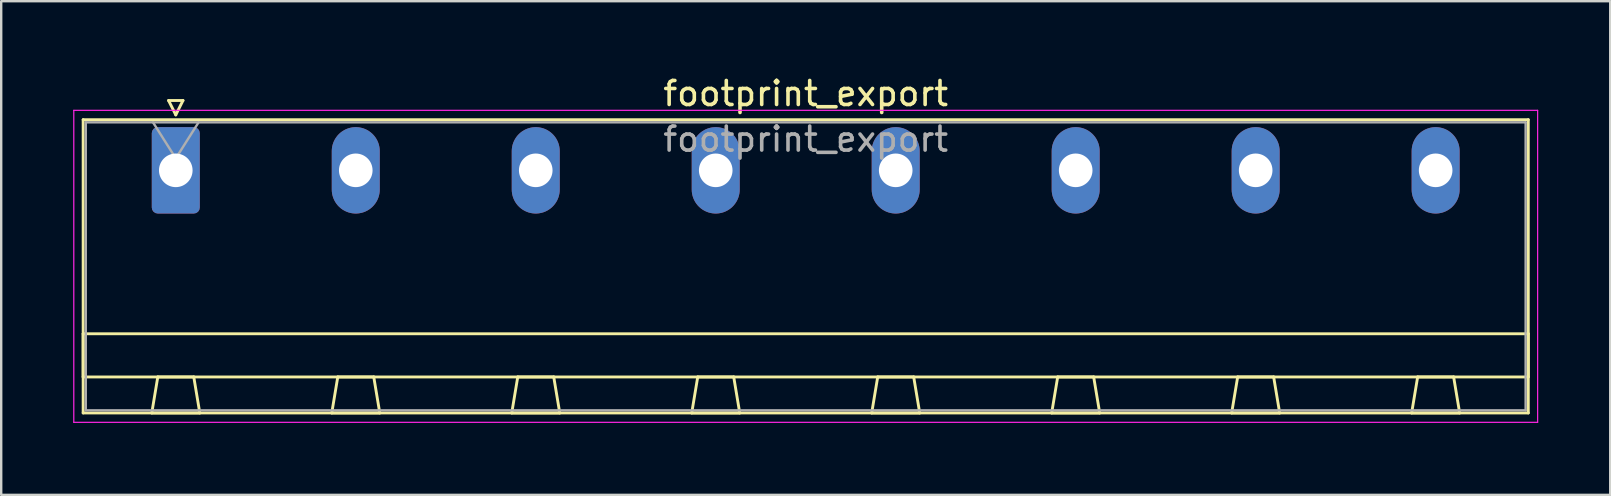
<source format=kicad_pcb>
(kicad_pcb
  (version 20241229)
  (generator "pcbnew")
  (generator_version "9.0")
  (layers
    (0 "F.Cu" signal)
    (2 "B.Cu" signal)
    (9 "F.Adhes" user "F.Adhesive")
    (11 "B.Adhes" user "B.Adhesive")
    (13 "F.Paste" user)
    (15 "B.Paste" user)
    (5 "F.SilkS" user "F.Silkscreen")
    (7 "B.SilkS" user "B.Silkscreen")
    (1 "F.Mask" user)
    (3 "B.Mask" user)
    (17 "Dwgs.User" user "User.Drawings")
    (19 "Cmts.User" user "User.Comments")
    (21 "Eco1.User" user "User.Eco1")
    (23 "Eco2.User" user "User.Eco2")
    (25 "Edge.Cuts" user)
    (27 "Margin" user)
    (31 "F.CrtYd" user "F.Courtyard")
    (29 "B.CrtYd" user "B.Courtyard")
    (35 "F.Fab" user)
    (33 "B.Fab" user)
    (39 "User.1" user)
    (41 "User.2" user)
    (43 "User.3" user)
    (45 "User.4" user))
  (footprint "footprint_export"
    (layer "F.Cu")
    (at 4.275 4.048)
    (property "Reference" "footprint_export" (at 26.25 -3.2 0) (layer "F.SilkS") (effects (font (size 1 1) (thickness 0.15))))
    (attr through_hole)
    (fp_line (start -3.86 -2.11) (end -3.86 10.11) (stroke (width 0.12) (type solid)) (layer "F.SilkS"))
    (fp_line (start -3.86 6.81) (end 56.36 6.81) (stroke (width 0.12) (type solid)) (layer "F.SilkS"))
    (fp_line (start -3.86 8.61) (end -3.86 6.81) (stroke (width 0.12) (type solid)) (layer "F.SilkS"))
    (fp_line (start -3.86 10.11) (end 56.36 10.11) (stroke (width 0.12) (type solid)) (layer "F.SilkS"))
    (fp_line (start -1 10.11) (end 1 10.11) (stroke (width 0.12) (type solid)) (layer "F.SilkS"))
    (fp_line (start -0.75 8.61) (end -1 10.11) (stroke (width 0.12) (type solid)) (layer "F.SilkS"))
    (fp_line (start -0.3 -2.91) (end 0.3 -2.91) (stroke (width 0.12) (type solid)) (layer "F.SilkS"))
    (fp_line (start 0 -2.31) (end -0.3 -2.91) (stroke (width 0.12) (type solid)) (layer "F.SilkS"))
    (fp_line (start 0.3 -2.91) (end 0 -2.31) (stroke (width 0.12) (type solid)) (layer "F.SilkS"))
    (fp_line (start 0.75 8.61) (end -0.75 8.61) (stroke (width 0.12) (type solid)) (layer "F.SilkS"))
    (fp_line (start 1 10.11) (end 0.75 8.61) (stroke (width 0.12) (type solid)) (layer "F.SilkS"))
    (fp_line (start 6.5 10.11) (end 8.5 10.11) (stroke (width 0.12) (type solid)) (layer "F.SilkS"))
    (fp_line (start 6.75 8.61) (end 6.5 10.11) (stroke (width 0.12) (type solid)) (layer "F.SilkS"))
    (fp_line (start 8.25 8.61) (end 6.75 8.61) (stroke (width 0.12) (type solid)) (layer "F.SilkS"))
    (fp_line (start 8.5 10.11) (end 8.25 8.61) (stroke (width 0.12) (type solid)) (layer "F.SilkS"))
    (fp_line (start 14 10.11) (end 16 10.11) (stroke (width 0.12) (type solid)) (layer "F.SilkS"))
    (fp_line (start 14.25 8.61) (end 14 10.11) (stroke (width 0.12) (type solid)) (layer "F.SilkS"))
    (fp_line (start 15.75 8.61) (end 14.25 8.61) (stroke (width 0.12) (type solid)) (layer "F.SilkS"))
    (fp_line (start 16 10.11) (end 15.75 8.61) (stroke (width 0.12) (type solid)) (layer "F.SilkS"))
    (fp_line (start 21.5 10.11) (end 23.5 10.11) (stroke (width 0.12) (type solid)) (layer "F.SilkS"))
    (fp_line (start 21.75 8.61) (end 21.5 10.11) (stroke (width 0.12) (type solid)) (layer "F.SilkS"))
    (fp_line (start 23.25 8.61) (end 21.75 8.61) (stroke (width 0.12) (type solid)) (layer "F.SilkS"))
    (fp_line (start 23.5 10.11) (end 23.25 8.61) (stroke (width 0.12) (type solid)) (layer "F.SilkS"))
    (fp_line (start 29 10.11) (end 31 10.11) (stroke (width 0.12) (type solid)) (layer "F.SilkS"))
    (fp_line (start 29.25 8.61) (end 29 10.11) (stroke (width 0.12) (type solid)) (layer "F.SilkS"))
    (fp_line (start 30.75 8.61) (end 29.25 8.61) (stroke (width 0.12) (type solid)) (layer "F.SilkS"))
    (fp_line (start 31 10.11) (end 30.75 8.61) (stroke (width 0.12) (type solid)) (layer "F.SilkS"))
    (fp_line (start 36.5 10.11) (end 38.5 10.11) (stroke (width 0.12) (type solid)) (layer "F.SilkS"))
    (fp_line (start 36.75 8.61) (end 36.5 10.11) (stroke (width 0.12) (type solid)) (layer "F.SilkS"))
    (fp_line (start 38.25 8.61) (end 36.75 8.61) (stroke (width 0.12) (type solid)) (layer "F.SilkS"))
    (fp_line (start 38.5 10.11) (end 38.25 8.61) (stroke (width 0.12) (type solid)) (layer "F.SilkS"))
    (fp_line (start 44 10.11) (end 46 10.11) (stroke (width 0.12) (type solid)) (layer "F.SilkS"))
    (fp_line (start 44.25 8.61) (end 44 10.11) (stroke (width 0.12) (type solid)) (layer "F.SilkS"))
    (fp_line (start 45.75 8.61) (end 44.25 8.61) (stroke (width 0.12) (type solid)) (layer "F.SilkS"))
    (fp_line (start 46 10.11) (end 45.75 8.61) (stroke (width 0.12) (type solid)) (layer "F.SilkS"))
    (fp_line (start 51.5 10.11) (end 53.5 10.11) (stroke (width 0.12) (type solid)) (layer "F.SilkS"))
    (fp_line (start 51.75 8.61) (end 51.5 10.11) (stroke (width 0.12) (type solid)) (layer "F.SilkS"))
    (fp_line (start 53.25 8.61) (end 51.75 8.61) (stroke (width 0.12) (type solid)) (layer "F.SilkS"))
    (fp_line (start 53.5 10.11) (end 53.25 8.61) (stroke (width 0.12) (type solid)) (layer "F.SilkS"))
    (fp_line (start 56.36 -2.11) (end -3.86 -2.11) (stroke (width 0.12) (type solid)) (layer "F.SilkS"))
    (fp_line (start 56.36 6.81) (end 56.36 8.61) (stroke (width 0.12) (type solid)) (layer "F.SilkS"))
    (fp_line (start 56.36 8.61) (end -3.86 8.61) (stroke (width 0.12) (type solid)) (layer "F.SilkS"))
    (fp_line (start 56.36 10.11) (end 56.36 -2.11) (stroke (width 0.12) (type solid)) (layer "F.SilkS"))
    (fp_line (start -4.25 -2.5) (end -4.25 10.5) (stroke (width 0.05) (type solid)) (layer "F.CrtYd"))
    (fp_line (start -4.25 10.5) (end 56.75 10.5) (stroke (width 0.05) (type solid)) (layer "F.CrtYd"))
    (fp_line (start 56.75 -2.5) (end -4.25 -2.5) (stroke (width 0.05) (type solid)) (layer "F.CrtYd"))
    (fp_line (start 56.75 10.5) (end 56.75 -2.5) (stroke (width 0.05) (type solid)) (layer "F.CrtYd"))
    (fp_line (start -3.75 -2) (end -3.75 10) (stroke (width 0.1) (type solid)) (layer "F.Fab"))
    (fp_line (start -3.75 10) (end 56.25 10) (stroke (width 0.1) (type solid)) (layer "F.Fab"))
    (fp_line (start 0 -0.5) (end -0.95 -2) (stroke (width 0.1) (type solid)) (layer "F.Fab"))
    (fp_line (start 0.95 -2) (end 0 -0.5) (stroke (width 0.1) (type solid)) (layer "F.Fab"))
    (fp_line (start 56.25 -2) (end -3.75 -2) (stroke (width 0.1) (type solid)) (layer "F.Fab"))
    (fp_line (start 56.25 10) (end 56.25 -2) (stroke (width 0.1) (type solid)) (layer "F.Fab"))
    (fp_text user "${REFERENCE}" (at 26.25 -1.3 0) (layer "F.Fab") (effects (font (size 1 1) (thickness 0.15))))
    (pad "1" thru_hole roundrect (at 0 0) (size 2 3.6) (drill 1.4) (layers "*.Cu" "*.Mask") (roundrect_rratio 0.125))
    (pad "2" thru_hole oval (at 7.5 0) (size 2 3.6) (drill 1.4) (layers "*.Cu" "*.Mask"))
    (pad "3" thru_hole oval (at 15 0) (size 2 3.6) (drill 1.4) (layers "*.Cu" "*.Mask"))
    (pad "4" thru_hole oval (at 22.5 0) (size 2 3.6) (drill 1.4) (layers "*.Cu" "*.Mask"))
    (pad "5" thru_hole oval (at 30 0) (size 2 3.6) (drill 1.4) (layers "*.Cu" "*.Mask"))
    (pad "6" thru_hole oval (at 37.5 0) (size 2 3.6) (drill 1.4) (layers "*.Cu" "*.Mask"))
    (pad "7" thru_hole oval (at 45 0) (size 2 3.6) (drill 1.4) (layers "*.Cu" "*.Mask"))
    (pad "8" thru_hole oval (at 52.5 0) (size 2 3.6) (drill 1.4) (layers "*.Cu" "*.Mask")))
  (gr_rect
    (start -3 -3)
    (end 64.05 17.573)
    (stroke (width 0.1) (type default))
    (fill no)
    (layer "Edge.Cuts")))
</source>
